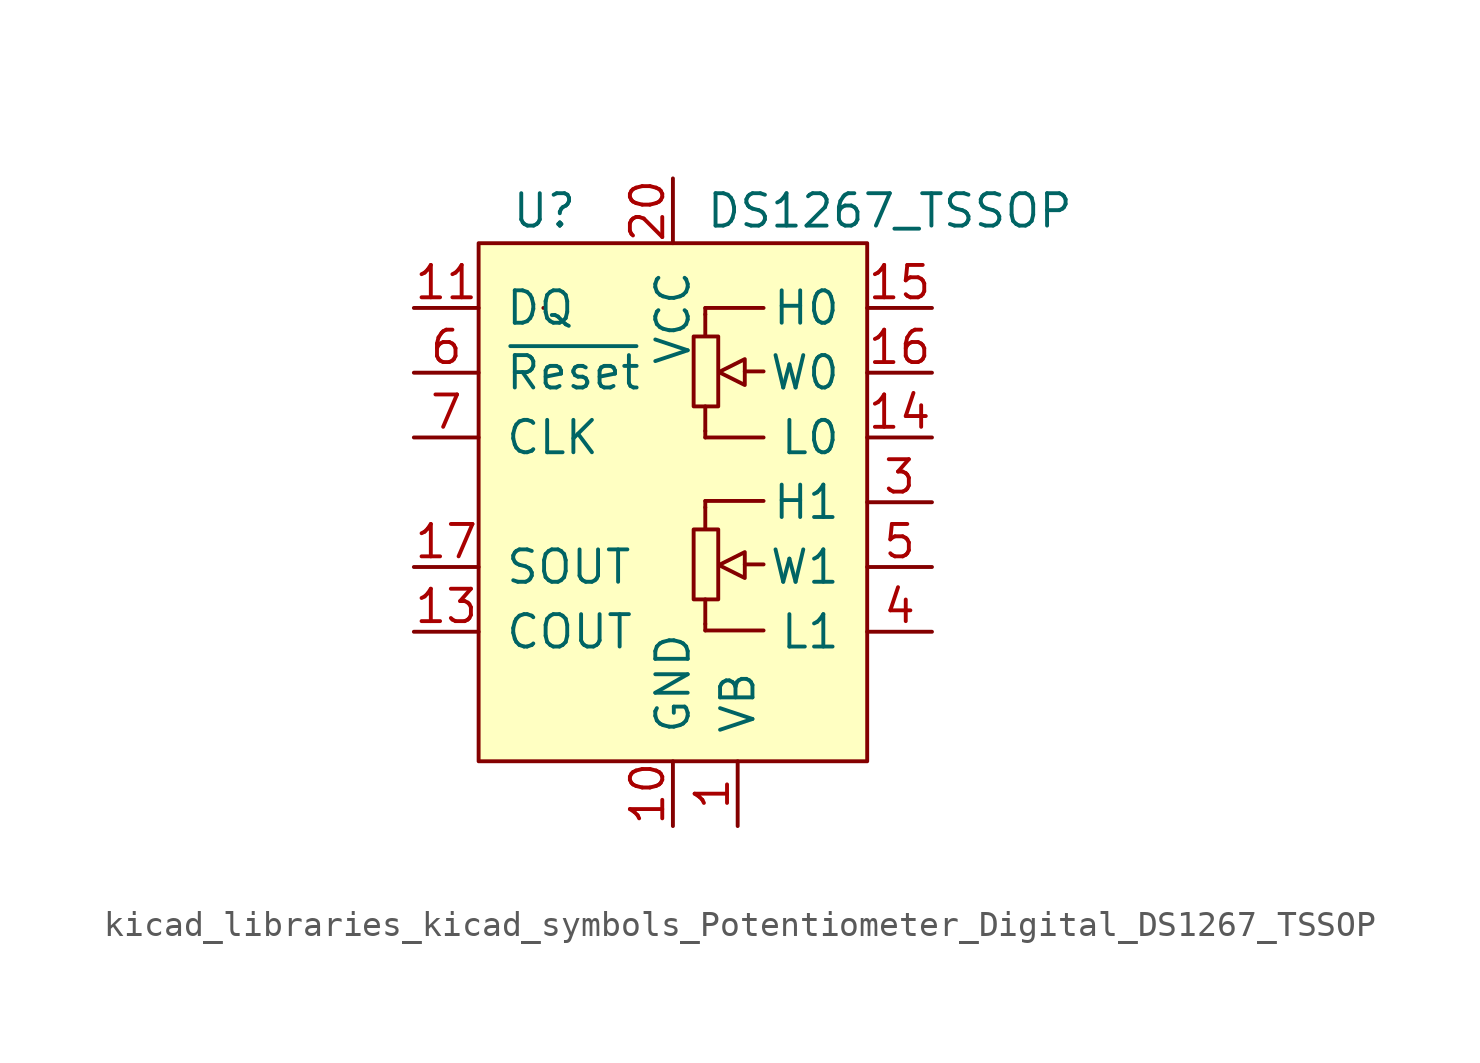
<source format=kicad_sym>
(kicad_symbol_lib
  (version 20220914)
  (generator kicad_symbol_editor)
  (symbol "kicad_libraries_kicad_symbols_Potentiometer_Digital_DS1267_TSSOP"
    (pin_names
      (offset 1.016))
    (property "Reference" "U"
      (at -6.35 11.43 0)
      (effects (font (size 1.27 1.27)) (justify left)))
    (property "Value" "DS1267_TSSOP"
      (at 1.27 11.43 0)
      (effects (font (size 1.27 1.27)) (justify left)))
    (symbol "kicad_libraries_kicad_symbols_Potentiometer_Digital_DS1267_TSSOP_0_1"
      (rectangle (start -7.62 10.16) (end 7.62 -10.16) (stroke (width 0) (type default)) (fill (type background)))
      (rectangle (start -5.08 7.62) (end -5.08 7.62) (stroke (width 0) (type default)) (fill (type none)))
      (polyline (pts (xy 1.27 -4.775) (xy 1.27 -3.81)) (stroke (width 0) (type default)) (fill (type none)))
      (polyline (pts (xy 1.27 -0.203) (xy 1.27 -1.041)) (stroke (width 0) (type default)) (fill (type none)))
      (polyline (pts (xy 1.27 2.794) (xy 1.27 3.759)) (stroke (width 0) (type default)) (fill (type none)))
      (polyline (pts (xy 1.27 7.366) (xy 1.27 6.528)) (stroke (width 0) (type default)) (fill (type none)))
      (polyline (pts (xy 2.819 -2.438) (xy 3.556 -2.438)) (stroke (width 0) (type default)) (fill (type none)))
      (polyline (pts (xy 2.819 5.131) (xy 3.556 5.131)) (stroke (width 0) (type default)) (fill (type none)))
      (polyline (pts (xy 1.27 -5.029) (xy 1.27 -4.775) (xy 1.27 -4.775)) (stroke (width 0) (type default)) (fill (type background)))
      (polyline (pts (xy 1.27 -5.029) (xy 3.556 -5.029) (xy 3.556 -5.029)) (stroke (width 0) (type default)) (fill (type background)))
      (polyline (pts (xy 1.27 0.051) (xy 1.27 -0.203) (xy 1.27 -0.203)) (stroke (width 0) (type default)) (fill (type none)))
      (polyline (pts (xy 1.27 0.051) (xy 3.556 0.051) (xy 3.556 0.051)) (stroke (width 0) (type default)) (fill (type background)))
      (polyline (pts (xy 1.27 2.54) (xy 1.27 2.794) (xy 1.27 2.794)) (stroke (width 0) (type default)) (fill (type background)))
      (polyline (pts (xy 1.27 2.54) (xy 3.556 2.54) (xy 3.556 2.54)) (stroke (width 0) (type default)) (fill (type background)))
      (polyline (pts (xy 1.27 7.62) (xy 1.27 7.366) (xy 1.27 7.366)) (stroke (width 0) (type default)) (fill (type none)))
      (polyline (pts (xy 1.27 7.62) (xy 3.556 7.62) (xy 3.556 7.62)) (stroke (width 0) (type default)) (fill (type background)))
      (polyline (pts (xy 2.819 -1.956) (xy 2.819 -2.972) (xy 1.803 -2.464) (xy 2.819 -1.956) (xy 2.819 -1.956)) (stroke (width 0) (type default)) (fill (type background)))
      (polyline (pts (xy 2.819 5.613) (xy 2.819 4.597) (xy 1.803 5.105) (xy 2.819 5.613) (xy 2.819 5.613)) (stroke (width 0) (type default)) (fill (type background)))
      (rectangle (start 0.813 -1.067) (end 1.778 -3.81) (stroke (width 0) (type default)) (fill (type none)))
      (rectangle (start 0.813 6.502) (end 1.778 3.759) (stroke (width 0) (type default)) (fill (type none))))
    (symbol "kicad_libraries_kicad_symbols_Potentiometer_Digital_DS1267_TSSOP_1_1"
      (pin power_in line (at 2.54 -12.7 90) (length 2.54) (name "VB" (effects (font (size 1.27 1.27)))) (number "1" (effects (font (size 1.27 1.27)))))
      (pin power_in line (at 0 -12.7 90) (length 2.54) (name "GND" (effects (font (size 1.27 1.27)))) (number "10" (effects (font (size 1.27 1.27)))))
      (pin input line (at -10.16 7.62 0) (length 2.54) (name "DQ" (effects (font (size 1.27 1.27)))) (number "11" (effects (font (size 1.27 1.27)))))
      (pin output line (at -10.16 -5.08 0) (length 2.54) (name "COUT" (effects (font (size 1.27 1.27)))) (number "13" (effects (font (size 1.27 1.27)))))
      (pin passive line (at 10.16 2.54 180) (length 2.54) (name "L0" (effects (font (size 1.27 1.27)))) (number "14" (effects (font (size 1.27 1.27)))))
      (pin passive line (at 10.16 7.62 180) (length 2.54) (name "H0" (effects (font (size 1.27 1.27)))) (number "15" (effects (font (size 1.27 1.27)))))
      (pin passive line (at 10.16 5.08 180) (length 2.54) (name "W0" (effects (font (size 1.27 1.27)))) (number "16" (effects (font (size 1.27 1.27)))))
      (pin output line (at -10.16 -2.54 0) (length 2.54) (name "SOUT" (effects (font (size 1.27 1.27)))) (number "17" (effects (font (size 1.27 1.27)))))
      (pin power_in line (at 0 12.7 270) (length 2.54) (name "VCC" (effects (font (size 1.27 1.27)))) (number "20" (effects (font (size 1.27 1.27)))))
      (pin passive line (at 10.16 0 180) (length 2.54) (name "H1" (effects (font (size 1.27 1.27)))) (number "3" (effects (font (size 1.27 1.27)))))
      (pin passive line (at 10.16 -5.08 180) (length 2.54) (name "L1" (effects (font (size 1.27 1.27)))) (number "4" (effects (font (size 1.27 1.27)))))
      (pin passive line (at 10.16 -2.54 180) (length 2.54) (name "W1" (effects (font (size 1.27 1.27)))) (number "5" (effects (font (size 1.27 1.27)))))
      (pin input line (at -10.16 5.08 0) (length 2.54) (name "~{Reset}" (effects (font (size 1.27 1.27)))) (number "6" (effects (font (size 1.27 1.27)))))
      (pin input line (at -10.16 2.54 0) (length 2.54) (name "CLK" (effects (font (size 1.27 1.27)))) (number "7" (effects (font (size 1.27 1.27))))))))
</source>
